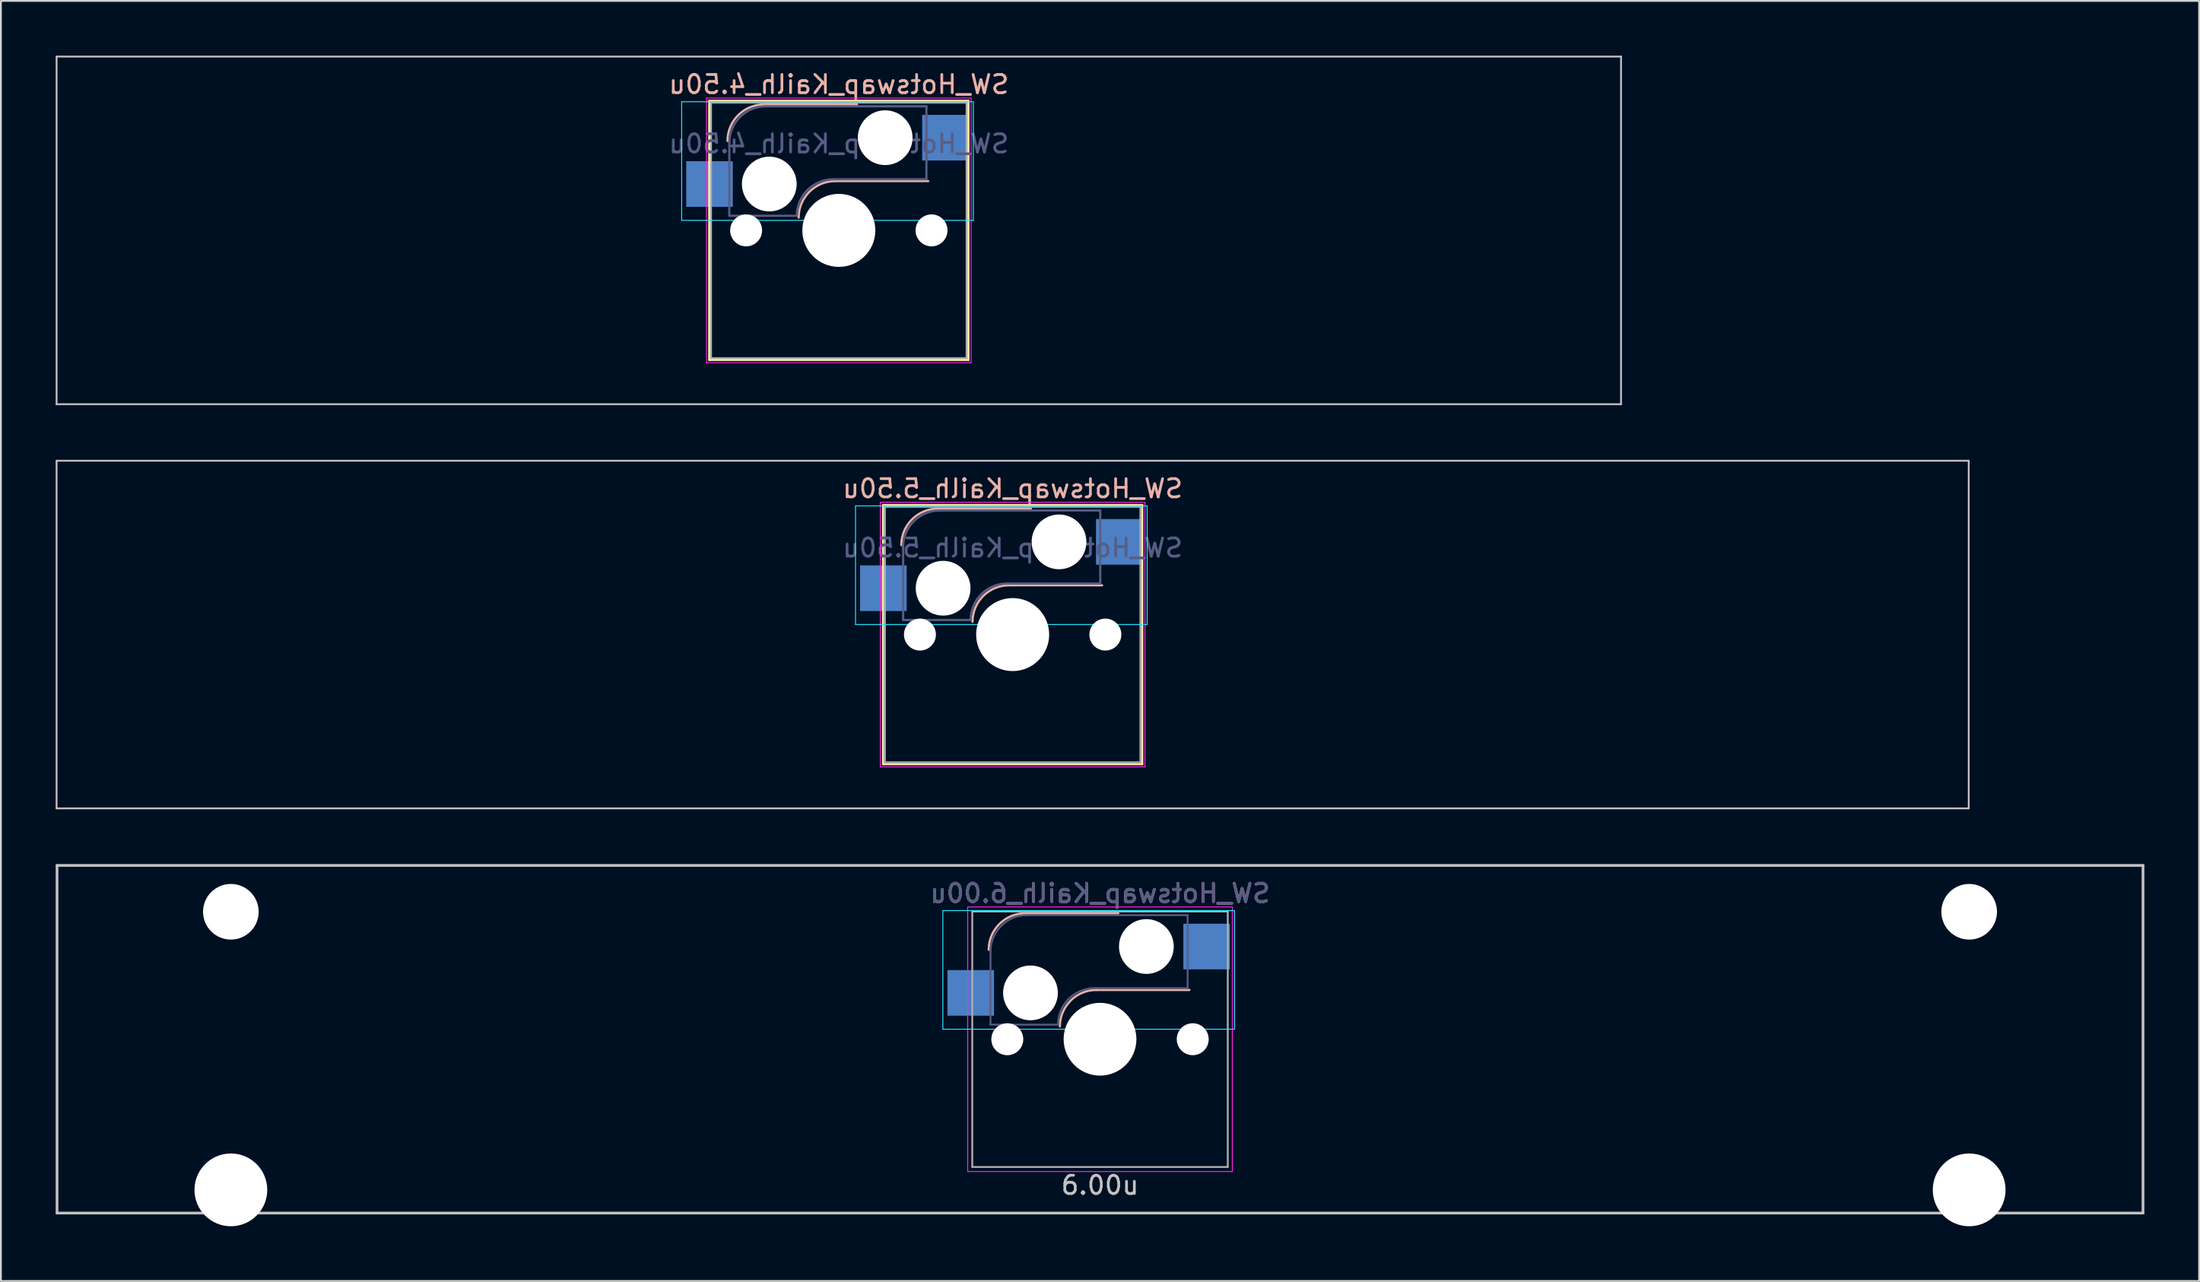
<source format=kicad_pcb>
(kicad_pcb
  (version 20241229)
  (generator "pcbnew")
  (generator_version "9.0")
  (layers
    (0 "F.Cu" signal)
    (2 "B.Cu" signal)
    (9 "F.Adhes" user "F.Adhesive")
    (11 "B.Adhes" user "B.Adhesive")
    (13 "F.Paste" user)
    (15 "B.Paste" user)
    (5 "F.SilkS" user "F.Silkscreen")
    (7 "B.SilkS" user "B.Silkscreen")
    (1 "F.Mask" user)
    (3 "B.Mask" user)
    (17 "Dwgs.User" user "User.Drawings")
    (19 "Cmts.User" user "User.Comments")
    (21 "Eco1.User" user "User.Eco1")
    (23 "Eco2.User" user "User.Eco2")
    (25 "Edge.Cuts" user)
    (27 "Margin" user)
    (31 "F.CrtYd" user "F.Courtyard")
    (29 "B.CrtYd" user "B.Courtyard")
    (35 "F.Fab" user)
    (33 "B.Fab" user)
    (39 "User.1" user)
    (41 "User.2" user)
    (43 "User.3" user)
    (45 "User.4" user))
  (footprint "SW_Hotswap_Kailh_4.50u"
    (layer "F.Cu")
    (at 42.913 9.575)
    (property "Reference" "SW_Hotswap_Kailh_4.50u" (at 0 -8 0) (layer "B.SilkS") (effects (font (size 1 1) (thickness 0.15)) (justify mirror)))
    (attr smd)
    (fp_line (start -7.1 -7.1) (end -7.1 7.1) (stroke (width 0.12) (type solid)) (layer "F.SilkS"))
    (fp_line (start -7.1 7.1) (end 7.1 7.1) (stroke (width 0.12) (type solid)) (layer "F.SilkS"))
    (fp_line (start 7.1 -7.1) (end -7.1 -7.1) (stroke (width 0.12) (type solid)) (layer "F.SilkS"))
    (fp_line (start 7.1 7.1) (end 7.1 -7.1) (stroke (width 0.12) (type solid)) (layer "F.SilkS"))
    (fp_line (start -4.1 -6.9) (end 1 -6.9) (stroke (width 0.12) (type solid)) (layer "B.SilkS"))
    (fp_line (start -0.2 -2.7) (end 4.9 -2.7) (stroke (width 0.12) (type solid)) (layer "B.SilkS"))
    (fp_arc (start -6.1 -4.9) (mid -5.514214 -6.314214) (end -4.1 -6.9) (stroke (width 0.12) (type solid)) (layer "B.SilkS"))
    (fp_arc (start -2.2 -0.7) (mid -1.614214 -2.114214) (end -0.2 -2.7) (stroke (width 0.12) (type solid)) (layer "B.SilkS"))
    (fp_line (start -42.862 -9.525) (end -42.862 9.525) (stroke (width 0.1) (type solid)) (layer "Dwgs.User"))
    (fp_line (start -42.862 9.525) (end 42.862 9.525) (stroke (width 0.1) (type solid)) (layer "Dwgs.User"))
    (fp_line (start 42.862 -9.525) (end -42.862 -9.525) (stroke (width 0.1) (type solid)) (layer "Dwgs.User"))
    (fp_line (start 42.862 9.525) (end 42.862 -9.525) (stroke (width 0.1) (type solid)) (layer "Dwgs.User"))
    (fp_line (start -8.61 -7.05) (end -8.61 -0.55) (stroke (width 0.05) (type solid)) (layer "B.CrtYd"))
    (fp_line (start -8.61 -0.55) (end 7.37 -0.55) (stroke (width 0.05) (type solid)) (layer "B.CrtYd"))
    (fp_line (start 7.37 -7.05) (end -8.61 -7.05) (stroke (width 0.05) (type solid)) (layer "B.CrtYd"))
    (fp_line (start 7.37 -0.55) (end 7.37 -7.05) (stroke (width 0.05) (type solid)) (layer "B.CrtYd"))
    (fp_line (start -7.25 -7.25) (end -7.25 7.25) (stroke (width 0.05) (type solid)) (layer "F.CrtYd"))
    (fp_line (start -7.25 7.25) (end 7.25 7.25) (stroke (width 0.05) (type solid)) (layer "F.CrtYd"))
    (fp_line (start 7.25 -7.25) (end -7.25 -7.25) (stroke (width 0.05) (type solid)) (layer "F.CrtYd"))
    (fp_line (start 7.25 7.25) (end 7.25 -7.25) (stroke (width 0.05) (type solid)) (layer "F.CrtYd"))
    (fp_line (start -6 -0.8) (end -6 -4.8) (stroke (width 0.12) (type solid)) (layer "B.Fab"))
    (fp_line (start -6 -0.8) (end -2.3 -0.8) (stroke (width 0.12) (type solid)) (layer "B.Fab"))
    (fp_line (start -4 -6.8) (end 4.8 -6.8) (stroke (width 0.12) (type solid)) (layer "B.Fab"))
    (fp_line (start -0.3 -2.8) (end 4.8 -2.8) (stroke (width 0.12) (type solid)) (layer "B.Fab"))
    (fp_line (start 4.8 -6.8) (end 4.8 -2.8) (stroke (width 0.12) (type solid)) (layer "B.Fab"))
    (fp_arc (start -6 -4.8) (mid -5.414214 -6.214214) (end -4 -6.8) (stroke (width 0.12) (type solid)) (layer "B.Fab"))
    (fp_arc (start -2.3 -0.8) (mid -1.714214 -2.214214) (end -0.3 -2.8) (stroke (width 0.12) (type solid)) (layer "B.Fab"))
    (fp_line (start -7 -7) (end -7 7) (stroke (width 0.1) (type solid)) (layer "F.Fab"))
    (fp_line (start -7 7) (end 7 7) (stroke (width 0.1) (type solid)) (layer "F.Fab"))
    (fp_line (start 7 -7) (end -7 -7) (stroke (width 0.1) (type solid)) (layer "F.Fab"))
    (fp_line (start 7 7) (end 7 -7) (stroke (width 0.1) (type solid)) (layer "F.Fab"))
    (fp_text user "${REFERENCE}" (at 0 -4.75 0) (layer "B.Fab") (effects (font (size 1 1) (thickness 0.15)) (justify mirror)))
    (pad "" np_thru_hole circle (at -5.08 0) (size 1.75 1.75) (drill 1.75) (layers "*.Cu" "*.Mask"))
    (pad "" np_thru_hole circle (at -3.81 -2.54) (size 3 3) (drill 3) (layers "*.Cu" "*.Mask"))
    (pad "" np_thru_hole circle (at 0 0) (size 4 4) (drill 4) (layers "*.Cu" "*.Mask"))
    (pad "" np_thru_hole circle (at 2.54 -5.08) (size 3 3) (drill 3) (layers "*.Cu" "*.Mask"))
    (pad "" np_thru_hole circle (at 5.08 0) (size 1.75 1.75) (drill 1.75) (layers "*.Cu" "*.Mask"))
    (pad "1" smd rect (at -7.085 -2.54) (size 2.55 2.5) (layers "B.Cu" "B.Mask" "B.Paste"))
    (pad "2" smd rect (at 5.842 -5.08) (size 2.55 2.5) (layers "B.Cu" "B.Mask" "B.Paste")))
  (footprint "SW_Hotswap_Kailh_6.00u"
    (layer "F.Cu")
    (at 57.225 53.9)
    (property "Reference" "SW_Hotswap_Kailh_6.00u" (at 0 -8 0) (layer "B.SilkS") (effects (font (size 1 1) (thickness 0.15)) (justify mirror)))
    (attr smd)
    (fp_line (start 1 -6.9) (end -4.1 -6.9) (stroke (width 0.12) (type solid)) (layer "B.SilkS"))
    (fp_line (start 4.9 -2.7) (end -0.2 -2.7) (stroke (width 0.12) (type solid)) (layer "B.SilkS"))
    (fp_arc (start -6.1 -4.9) (mid -5.514214 -6.314214) (end -4.1 -6.9) (stroke (width 0.12) (type solid)) (layer "B.SilkS"))
    (fp_arc (start -2.2 -0.7) (mid -1.614214 -2.114214) (end -0.2 -2.7) (stroke (width 0.12) (type solid)) (layer "B.SilkS"))
    (fp_line (start -57.15 -9.525) (end 57.15 -9.525) (stroke (width 0.15) (type solid)) (layer "Dwgs.User"))
    (fp_line (start -57.15 9.525) (end -57.15 -9.525) (stroke (width 0.15) (type solid)) (layer "Dwgs.User"))
    (fp_line (start -57.15 9.525) (end 57.15 9.525) (stroke (width 0.15) (type solid)) (layer "Dwgs.User"))
    (fp_line (start 57.15 -9.525) (end 57.15 9.525) (stroke (width 0.15) (type solid)) (layer "Dwgs.User"))
    (fp_line (start -8.61 -7.05) (end 7.37 -7.05) (stroke (width 0.05) (type solid)) (layer "B.CrtYd"))
    (fp_line (start -8.61 -0.55) (end -8.61 -7.05) (stroke (width 0.05) (type solid)) (layer "B.CrtYd"))
    (fp_line (start -8.61 -0.55) (end 7.37 -0.55) (stroke (width 0.05) (type solid)) (layer "B.CrtYd"))
    (fp_line (start 7.37 -7.05) (end 7.37 -0.55) (stroke (width 0.05) (type solid)) (layer "B.CrtYd"))
    (fp_line (start -7.25 -7.25) (end 7.25 -7.25) (stroke (width 0.05) (type solid)) (layer "F.CrtYd"))
    (fp_line (start -7.25 7.25) (end -7.25 -7.25) (stroke (width 0.05) (type solid)) (layer "F.CrtYd"))
    (fp_line (start 7.25 -7.25) (end 7.25 7.25) (stroke (width 0.05) (type solid)) (layer "F.CrtYd"))
    (fp_line (start 7.25 7.25) (end -7.25 7.25) (stroke (width 0.05) (type solid)) (layer "F.CrtYd"))
    (fp_line (start -6 -0.8) (end -6 -4.8) (stroke (width 0.1) (type solid)) (layer "B.Fab"))
    (fp_line (start -6 -0.8) (end -2.3 -0.8) (stroke (width 0.1) (type solid)) (layer "B.Fab"))
    (fp_line (start -4 -6.8) (end 4.8 -6.8) (stroke (width 0.1) (type solid)) (layer "B.Fab"))
    (fp_line (start -0.3 -2.8) (end 4.8 -2.8) (stroke (width 0.1) (type solid)) (layer "B.Fab"))
    (fp_line (start 4.8 -6.8) (end 4.8 -2.8) (stroke (width 0.1) (type solid)) (layer "B.Fab"))
    (fp_arc (start -6 -4.8) (mid -5.414214 -6.214214) (end -4 -6.8) (stroke (width 0.1) (type solid)) (layer "B.Fab"))
    (fp_arc (start -2.3 -0.8) (mid -1.714214 -2.214214) (end -0.3 -2.8) (stroke (width 0.1) (type solid)) (layer "B.Fab"))
    (fp_line (start -7 -7) (end 7 -7) (stroke (width 0.1) (type solid)) (layer "F.Fab"))
    (fp_line (start -7 7) (end -7 -7) (stroke (width 0.1) (type solid)) (layer "F.Fab"))
    (fp_line (start 7 -7) (end 7 7) (stroke (width 0.1) (type solid)) (layer "F.Fab"))
    (fp_line (start 7 7) (end -7 7) (stroke (width 0.1) (type solid)) (layer "F.Fab"))
    (fp_text user "6.00u" (at 0 8 0) (layer "Dwgs.User") (effects (font (size 1 1) (thickness 0.15))))
    (fp_text user "${REFERENCE}" (at 0 -8 0) (layer "B.Fab") (effects (font (size 1 1) (thickness 0.15)) (justify mirror)))
    (pad "" np_thru_hole circle (at -47.625 -6.985) (size 3.048 3.048) (drill 3.048) (layers "*.Cu" "*.Mask"))
    (pad "" np_thru_hole circle (at -47.625 8.255) (size 3.988 3.988) (drill 3.988) (layers "*.Cu" "*.Mask"))
    (pad "" np_thru_hole circle (at -5.08 0 48.1) (size 1.75 1.75) (drill 1.75) (layers "*.Cu" "*.Mask"))
    (pad "" np_thru_hole circle (at -3.81 -2.54) (size 3 3) (drill 3) (layers "*.Cu" "*.Mask"))
    (pad "" np_thru_hole circle (at 0 0) (size 3.988 3.988) (drill 3.988) (layers "*.Cu" "*.Mask"))
    (pad "" np_thru_hole circle (at 2.54 -5.08) (size 3 3) (drill 3) (layers "*.Cu" "*.Mask"))
    (pad "" np_thru_hole circle (at 5.08 0 48.1) (size 1.75 1.75) (drill 1.75) (layers "*.Cu" "*.Mask"))
    (pad "" np_thru_hole circle (at 47.625 -6.985) (size 3.048 3.048) (drill 3.048) (layers "*.Cu" "*.Mask"))
    (pad "" np_thru_hole circle (at 47.625 8.255) (size 3.988 3.988) (drill 3.988) (layers "*.Cu" "*.Mask"))
    (pad "1" smd rect (at -7.085 -2.54) (size 2.55 2.5) (layers "B.Cu" "B.Mask" "B.Paste"))
    (pad "2" smd rect (at 5.842 -5.08) (size 2.55 2.5) (layers "B.Cu" "B.Mask" "B.Paste")))
  (footprint "SW_Hotswap_Kailh_5.50u"
    (layer "F.Cu")
    (at 52.438 31.725)
    (property "Reference" "SW_Hotswap_Kailh_5.50u" (at 0 -8 0) (layer "B.SilkS") (effects (font (size 1 1) (thickness 0.15)) (justify mirror)))
    (attr smd)
    (fp_line (start -7.1 -7.1) (end -7.1 7.1) (stroke (width 0.12) (type solid)) (layer "F.SilkS"))
    (fp_line (start -7.1 7.1) (end 7.1 7.1) (stroke (width 0.12) (type solid)) (layer "F.SilkS"))
    (fp_line (start 7.1 -7.1) (end -7.1 -7.1) (stroke (width 0.12) (type solid)) (layer "F.SilkS"))
    (fp_line (start 7.1 7.1) (end 7.1 -7.1) (stroke (width 0.12) (type solid)) (layer "F.SilkS"))
    (fp_line (start -4.1 -6.9) (end 1 -6.9) (stroke (width 0.12) (type solid)) (layer "B.SilkS"))
    (fp_line (start -0.2 -2.7) (end 4.9 -2.7) (stroke (width 0.12) (type solid)) (layer "B.SilkS"))
    (fp_arc (start -6.1 -4.9) (mid -5.514214 -6.314214) (end -4.1 -6.9) (stroke (width 0.12) (type solid)) (layer "B.SilkS"))
    (fp_arc (start -2.2 -0.7) (mid -1.614214 -2.114214) (end -0.2 -2.7) (stroke (width 0.12) (type solid)) (layer "B.SilkS"))
    (fp_line (start -52.388 -9.525) (end -52.388 9.525) (stroke (width 0.1) (type solid)) (layer "Dwgs.User"))
    (fp_line (start -52.388 9.525) (end 52.388 9.525) (stroke (width 0.1) (type solid)) (layer "Dwgs.User"))
    (fp_line (start 52.388 -9.525) (end -52.388 -9.525) (stroke (width 0.1) (type solid)) (layer "Dwgs.User"))
    (fp_line (start 52.388 9.525) (end 52.388 -9.525) (stroke (width 0.1) (type solid)) (layer "Dwgs.User"))
    (fp_line (start -8.61 -7.05) (end -8.61 -0.55) (stroke (width 0.05) (type solid)) (layer "B.CrtYd"))
    (fp_line (start -8.61 -0.55) (end 7.37 -0.55) (stroke (width 0.05) (type solid)) (layer "B.CrtYd"))
    (fp_line (start 7.37 -7.05) (end -8.61 -7.05) (stroke (width 0.05) (type solid)) (layer "B.CrtYd"))
    (fp_line (start 7.37 -0.55) (end 7.37 -7.05) (stroke (width 0.05) (type solid)) (layer "B.CrtYd"))
    (fp_line (start -7.25 -7.25) (end -7.25 7.25) (stroke (width 0.05) (type solid)) (layer "F.CrtYd"))
    (fp_line (start -7.25 7.25) (end 7.25 7.25) (stroke (width 0.05) (type solid)) (layer "F.CrtYd"))
    (fp_line (start 7.25 -7.25) (end -7.25 -7.25) (stroke (width 0.05) (type solid)) (layer "F.CrtYd"))
    (fp_line (start 7.25 7.25) (end 7.25 -7.25) (stroke (width 0.05) (type solid)) (layer "F.CrtYd"))
    (fp_line (start -6 -0.8) (end -6 -4.8) (stroke (width 0.12) (type solid)) (layer "B.Fab"))
    (fp_line (start -6 -0.8) (end -2.3 -0.8) (stroke (width 0.12) (type solid)) (layer "B.Fab"))
    (fp_line (start -4 -6.8) (end 4.8 -6.8) (stroke (width 0.12) (type solid)) (layer "B.Fab"))
    (fp_line (start -0.3 -2.8) (end 4.8 -2.8) (stroke (width 0.12) (type solid)) (layer "B.Fab"))
    (fp_line (start 4.8 -6.8) (end 4.8 -2.8) (stroke (width 0.12) (type solid)) (layer "B.Fab"))
    (fp_arc (start -6 -4.8) (mid -5.414214 -6.214214) (end -4 -6.8) (stroke (width 0.12) (type solid)) (layer "B.Fab"))
    (fp_arc (start -2.3 -0.8) (mid -1.714214 -2.214214) (end -0.3 -2.8) (stroke (width 0.12) (type solid)) (layer "B.Fab"))
    (fp_line (start -7 -7) (end -7 7) (stroke (width 0.1) (type solid)) (layer "F.Fab"))
    (fp_line (start -7 7) (end 7 7) (stroke (width 0.1) (type solid)) (layer "F.Fab"))
    (fp_line (start 7 -7) (end -7 -7) (stroke (width 0.1) (type solid)) (layer "F.Fab"))
    (fp_line (start 7 7) (end 7 -7) (stroke (width 0.1) (type solid)) (layer "F.Fab"))
    (fp_text user "${REFERENCE}" (at 0 -4.75 0) (layer "B.Fab") (effects (font (size 1 1) (thickness 0.15)) (justify mirror)))
    (pad "" np_thru_hole circle (at -5.08 0) (size 1.75 1.75) (drill 1.75) (layers "*.Cu" "*.Mask"))
    (pad "" np_thru_hole circle (at -3.81 -2.54) (size 3 3) (drill 3) (layers "*.Cu" "*.Mask"))
    (pad "" np_thru_hole circle (at 0 0) (size 4 4) (drill 4) (layers "*.Cu" "*.Mask"))
    (pad "" np_thru_hole circle (at 2.54 -5.08) (size 3 3) (drill 3) (layers "*.Cu" "*.Mask"))
    (pad "" np_thru_hole circle (at 5.08 0) (size 1.75 1.75) (drill 1.75) (layers "*.Cu" "*.Mask"))
    (pad "1" smd rect (at -7.085 -2.54) (size 2.55 2.5) (layers "B.Cu" "B.Mask" "B.Paste"))
    (pad "2" smd rect (at 5.842 -5.08) (size 2.55 2.5) (layers "B.Cu" "B.Mask" "B.Paste")))
  (gr_rect
    (start -3 -3)
    (end 117.45 67.149)
    (stroke (width 0.1) (type default))
    (fill no)
    (layer "Edge.Cuts")))
</source>
